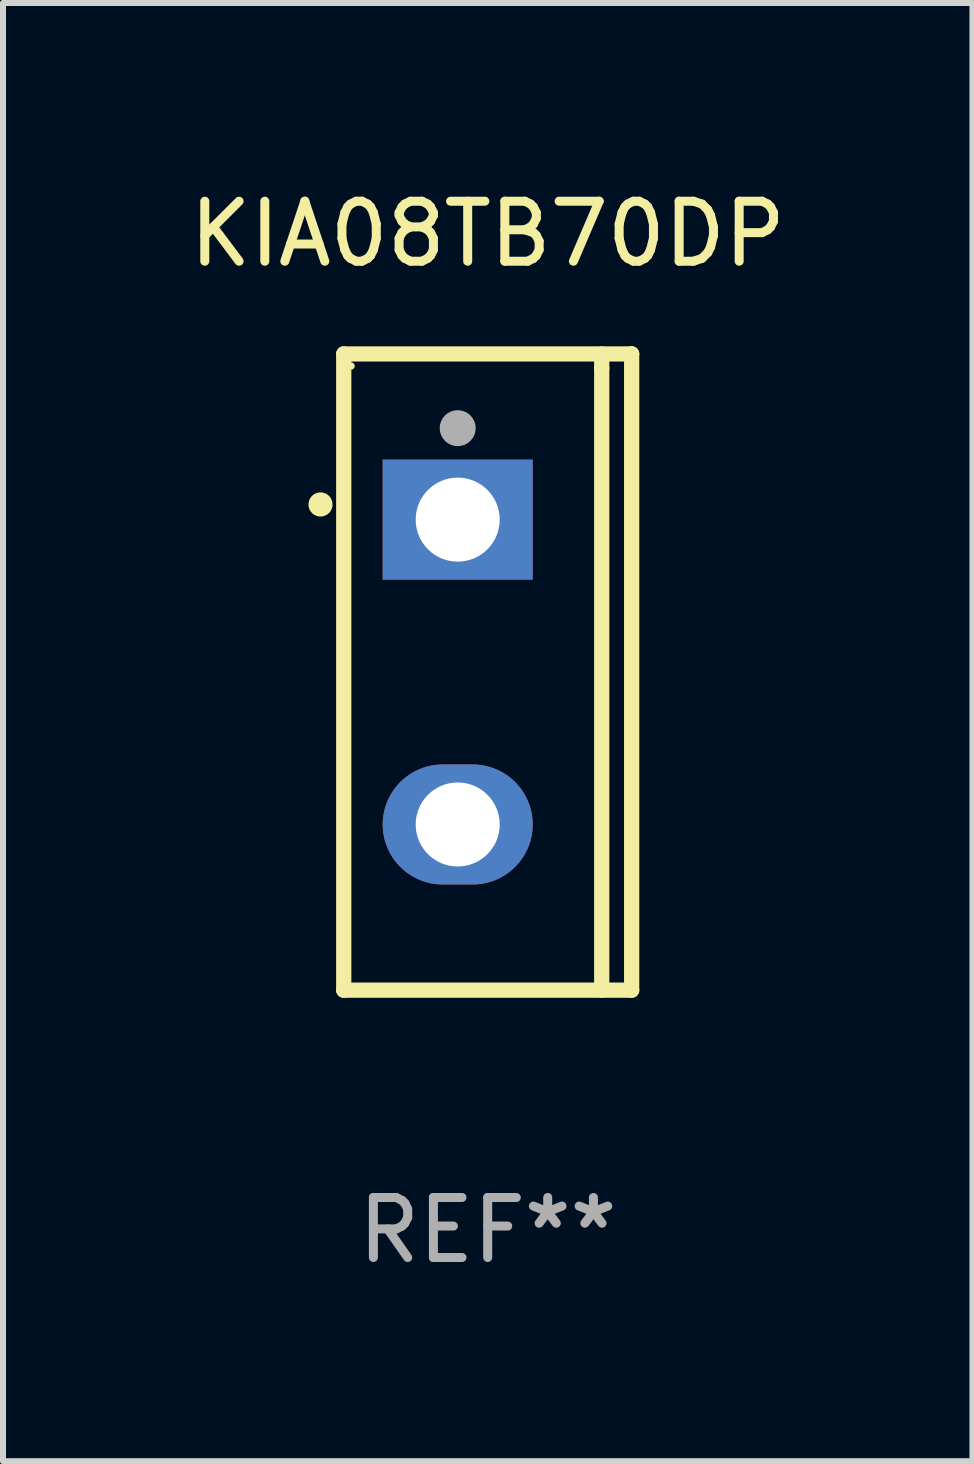
<source format=kicad_pcb>
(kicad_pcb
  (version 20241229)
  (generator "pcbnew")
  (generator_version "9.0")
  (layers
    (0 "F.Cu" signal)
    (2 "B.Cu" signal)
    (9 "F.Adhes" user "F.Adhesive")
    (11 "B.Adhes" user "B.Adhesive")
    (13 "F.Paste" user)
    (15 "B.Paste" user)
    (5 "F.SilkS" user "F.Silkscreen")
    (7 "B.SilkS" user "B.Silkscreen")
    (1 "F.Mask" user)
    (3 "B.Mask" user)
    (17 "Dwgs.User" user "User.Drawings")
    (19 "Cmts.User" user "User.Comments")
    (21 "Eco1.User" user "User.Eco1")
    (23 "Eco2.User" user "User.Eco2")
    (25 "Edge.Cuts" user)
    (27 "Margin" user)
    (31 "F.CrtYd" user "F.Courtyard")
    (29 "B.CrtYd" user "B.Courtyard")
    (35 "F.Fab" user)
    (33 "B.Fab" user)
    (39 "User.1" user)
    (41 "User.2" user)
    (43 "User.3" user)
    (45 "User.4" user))
  (footprint "KIA08TB70DP"
    (layer "F.Cu")
    (at 5.077 8.149)
    (property "Reference" "KIA08TB70DP" (at 0 -7.301 0) (layer "F.SilkS") (effects (font (size 1 1) (thickness 0.15))))
    (attr through_hole)
    (fp_line (start -2.399 -5.301) (end 2.394 -5.301) (stroke (width 0.254) (type solid)) (layer "F.SilkS"))
    (fp_line (start -2.399 5.301) (end -2.399 -5.301) (stroke (width 0.254) (type solid)) (layer "F.SilkS"))
    (fp_line (start 1.9 -5.061) (end 1.9 -5.3) (stroke (width 0.254) (type solid)) (layer "F.SilkS"))
    (fp_line (start 1.9 5.3) (end 1.9 -5.061) (stroke (width 0.254) (type solid)) (layer "F.SilkS"))
    (fp_line (start 2.394 -5.301) (end 2.399 -5.301) (stroke (width 0.254) (type solid)) (layer "F.SilkS"))
    (fp_line (start 2.399 -5.301) (end 2.399 5.301) (stroke (width 0.254) (type solid)) (layer "F.SilkS"))
    (fp_line (start 2.399 5.301) (end -2.399 5.301) (stroke (width 0.254) (type solid)) (layer "F.SilkS"))
    (fp_arc (start -2.786043 -2.791466) (mid -2.786047 -2.792736) (end -2.786043 -2.794006) (stroke (width 0.4) (type solid)) (layer "F.SilkS"))
    (fp_circle (center -2.275 -5.1) (end -2.245 -5.1) (stroke (width 0.06) (type solid)) (fill no) (layer "F.SilkS"))
    (fp_circle (center -0.5 -4.064) (end -0.35 -4.064) (stroke (width 0.3) (type solid)) (fill no) (layer "F.Fab"))
    (fp_text user "REF**" (at 0 9.301 0) (layer "F.Fab") (effects (font (size 1 1) (thickness 0.15))))
    (pad "1" thru_hole rect (at -0.5 -2.54 270) (size 2 2.5) (drill 1.4) (layers "*.Cu" "*.Mask"))
    (pad "3" thru_hole oval (at -0.5 2.54 270) (size 2 2.5) (drill 1.4) (layers "*.Cu" "*.Mask")))
  (gr_rect
    (start -3 -3)
    (end 13.155 21.299)
    (stroke (width 0.1) (type default))
    (fill no)
    (layer "Edge.Cuts")))
</source>
